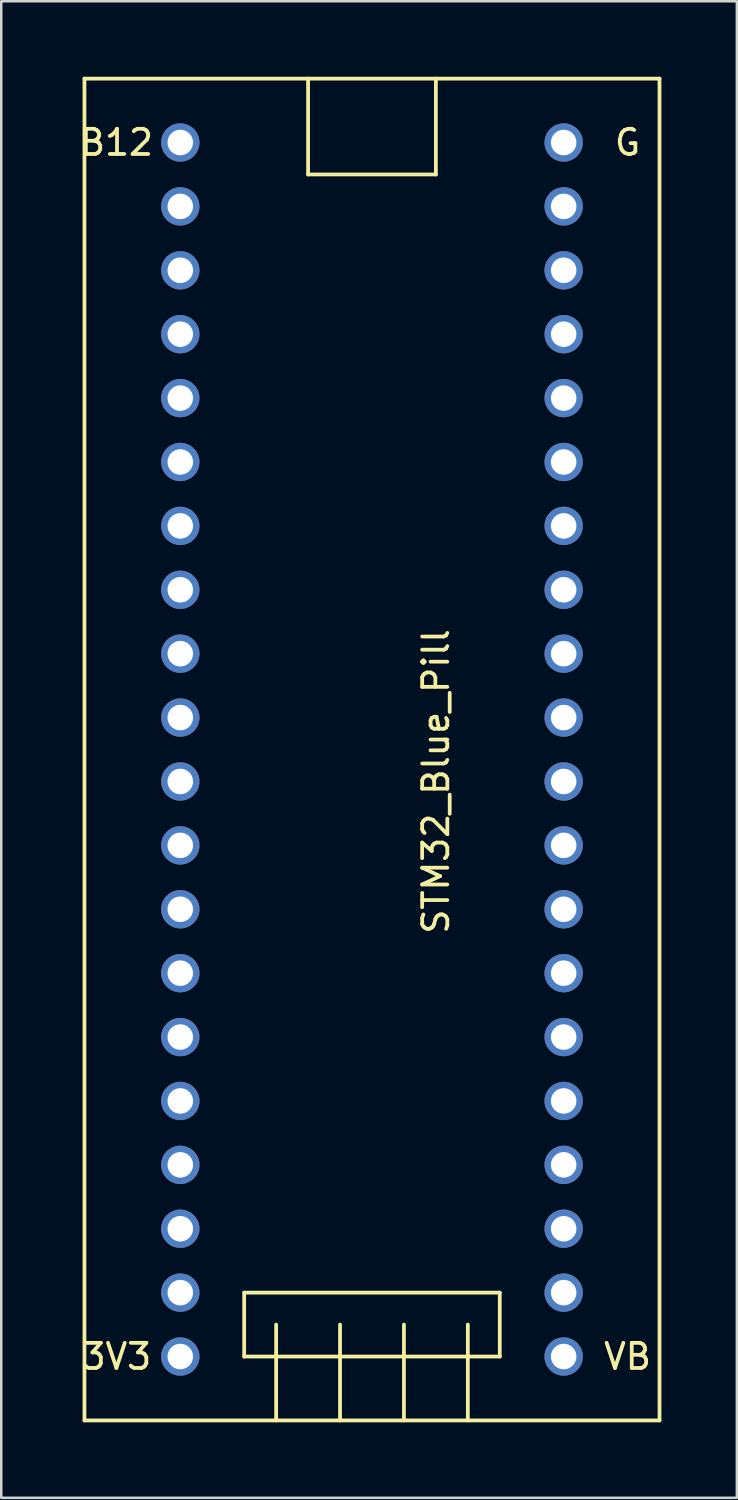
<source format=kicad_pcb>
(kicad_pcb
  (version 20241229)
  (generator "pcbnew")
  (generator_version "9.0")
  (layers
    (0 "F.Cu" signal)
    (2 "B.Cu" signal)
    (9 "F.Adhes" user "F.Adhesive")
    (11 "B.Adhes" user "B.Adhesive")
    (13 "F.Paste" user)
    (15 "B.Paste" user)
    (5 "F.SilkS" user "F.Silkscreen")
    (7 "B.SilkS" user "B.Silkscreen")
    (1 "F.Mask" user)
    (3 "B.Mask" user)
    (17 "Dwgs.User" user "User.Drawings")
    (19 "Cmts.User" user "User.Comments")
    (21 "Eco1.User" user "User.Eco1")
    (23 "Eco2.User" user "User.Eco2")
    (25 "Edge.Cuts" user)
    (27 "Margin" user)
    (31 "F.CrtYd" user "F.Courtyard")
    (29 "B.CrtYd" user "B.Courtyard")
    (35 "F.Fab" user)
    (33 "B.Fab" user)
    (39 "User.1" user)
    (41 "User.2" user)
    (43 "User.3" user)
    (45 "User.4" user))
  (footprint "STM32_Blue_Pill"
    (layer "F.Cu")
    (at 11.737 25.475)
    (property "Reference" "STM32_Blue_Pill" (at 2.54 2.54 90) (layer "F.SilkS") (effects (font (size 1 1) (thickness 0.15))))
    (attr through_hole)
    (fp_line (start -11.43 -25.4) (end -11.43 27.94) (stroke (width 0.15) (type solid)) (layer "F.SilkS"))
    (fp_line (start -11.43 -25.4) (end 11.43 -25.4) (stroke (width 0.15) (type solid)) (layer "F.SilkS"))
    (fp_line (start -11.43 27.94) (end 11.43 27.94) (stroke (width 0.15) (type solid)) (layer "F.SilkS"))
    (fp_line (start -5.08 22.86) (end 5.08 22.86) (stroke (width 0.15) (type solid)) (layer "F.SilkS"))
    (fp_line (start -5.08 25.4) (end -5.08 22.86) (stroke (width 0.15) (type solid)) (layer "F.SilkS"))
    (fp_line (start -3.81 24.13) (end -3.81 27.94) (stroke (width 0.15) (type solid)) (layer "F.SilkS"))
    (fp_line (start -2.54 -25.4) (end -2.54 -21.59) (stroke (width 0.15) (type solid)) (layer "F.SilkS"))
    (fp_line (start -2.54 -21.59) (end 2.54 -21.59) (stroke (width 0.15) (type solid)) (layer "F.SilkS"))
    (fp_line (start -1.27 24.13) (end -1.27 27.94) (stroke (width 0.15) (type solid)) (layer "F.SilkS"))
    (fp_line (start 1.27 24.13) (end 1.27 27.94) (stroke (width 0.15) (type solid)) (layer "F.SilkS"))
    (fp_line (start 2.54 -21.59) (end 2.54 -25.4) (stroke (width 0.15) (type solid)) (layer "F.SilkS"))
    (fp_line (start 3.81 24.13) (end 3.81 27.94) (stroke (width 0.15) (type solid)) (layer "F.SilkS"))
    (fp_line (start 5.08 22.86) (end 5.08 25.4) (stroke (width 0.15) (type solid)) (layer "F.SilkS"))
    (fp_line (start 5.08 25.4) (end -5.08 25.4) (stroke (width 0.15) (type solid)) (layer "F.SilkS"))
    (fp_line (start 11.43 27.94) (end 11.43 -25.4) (stroke (width 0.15) (type solid)) (layer "F.SilkS"))
    (fp_text user "B12" (at -10.16 -22.86 0) (layer "F.SilkS") (effects (font (size 1 1) (thickness 0.15))))
    (fp_text user "G" (at 10.16 -22.86 0) (layer "F.SilkS") (effects (font (size 1 1) (thickness 0.15))))
    (fp_text user "3V3" (at -10.16 25.4 0) (layer "F.SilkS") (effects (font (size 1 1) (thickness 0.15))))
    (fp_text user "VB" (at 10.16 25.4 0) (layer "F.SilkS") (effects (font (size 1 1) (thickness 0.15))))
    (pad "1" thru_hole circle (at 7.62 25.4) (size 1.524 1.524) (drill 1.016) (layers "*.Cu" "*.Mask"))
    (pad "2" thru_hole circle (at 7.62 22.86) (size 1.524 1.524) (drill 1.016) (layers "*.Cu" "*.Mask"))
    (pad "3" thru_hole circle (at 7.62 20.32) (size 1.524 1.524) (drill 1.016) (layers "*.Cu" "*.Mask"))
    (pad "3V3" thru_hole circle (at -7.62 25.4) (size 1.524 1.524) (drill 1.016) (layers "*.Cu" "*.Mask"))
    (pad "3V3" thru_hole circle (at 7.62 -17.78) (size 1.524 1.524) (drill 1.016) (layers "*.Cu" "*.Mask"))
    (pad "4" thru_hole circle (at 7.62 17.78) (size 1.524 1.524) (drill 1.016) (layers "*.Cu" "*.Mask"))
    (pad "5V" thru_hole circle (at -7.62 20.32) (size 1.524 1.524) (drill 1.016) (layers "*.Cu" "*.Mask"))
    (pad "7" thru_hole circle (at 7.62 -15.24) (size 1.524 1.524) (drill 1.016) (layers "*.Cu" "*.Mask"))
    (pad "10" thru_hole circle (at 7.62 15.24) (size 1.524 1.524) (drill 1.016) (layers "*.Cu" "*.Mask"))
    (pad "11" thru_hole circle (at 7.62 12.7) (size 1.524 1.524) (drill 1.016) (layers "*.Cu" "*.Mask"))
    (pad "12" thru_hole circle (at 7.62 10.16) (size 1.524 1.524) (drill 1.016) (layers "*.Cu" "*.Mask"))
    (pad "13" thru_hole circle (at 7.62 7.62) (size 1.524 1.524) (drill 1.016) (layers "*.Cu" "*.Mask"))
    (pad "14" thru_hole circle (at 7.62 5.08) (size 1.524 1.524) (drill 1.016) (layers "*.Cu" "*.Mask"))
    (pad "15" thru_hole circle (at 7.62 2.54) (size 1.524 1.524) (drill 1.016) (layers "*.Cu" "*.Mask"))
    (pad "16" thru_hole circle (at 7.62 0) (size 1.524 1.524) (drill 1.016) (layers "*.Cu" "*.Mask"))
    (pad "17" thru_hole circle (at 7.62 -2.54) (size 1.524 1.524) (drill 1.016) (layers "*.Cu" "*.Mask"))
    (pad "18" thru_hole circle (at 7.62 -5.08) (size 1.524 1.524) (drill 1.016) (layers "*.Cu" "*.Mask"))
    (pad "19" thru_hole circle (at 7.62 -7.62) (size 1.524 1.524) (drill 1.016) (layers "*.Cu" "*.Mask"))
    (pad "21" thru_hole circle (at 7.62 -10.16) (size 1.524 1.524) (drill 1.016) (layers "*.Cu" "*.Mask"))
    (pad "22" thru_hole circle (at 7.62 -12.7) (size 1.524 1.524) (drill 1.016) (layers "*.Cu" "*.Mask"))
    (pad "25" thru_hole circle (at -7.62 -22.86) (size 1.524 1.524) (drill 1.016) (layers "*.Cu" "*.Mask"))
    (pad "26" thru_hole circle (at -7.62 -20.32) (size 1.524 1.524) (drill 1.016) (layers "*.Cu" "*.Mask"))
    (pad "27" thru_hole circle (at -7.62 -17.78) (size 1.524 1.524) (drill 1.016) (layers "*.Cu" "*.Mask"))
    (pad "28" thru_hole circle (at -7.62 -15.24) (size 1.524 1.524) (drill 1.016) (layers "*.Cu" "*.Mask"))
    (pad "29" thru_hole circle (at -7.62 -12.7) (size 1.524 1.524) (drill 1.016) (layers "*.Cu" "*.Mask"))
    (pad "30" thru_hole circle (at -7.62 -10.16) (size 1.524 1.524) (drill 1.016) (layers "*.Cu" "*.Mask"))
    (pad "31" thru_hole circle (at -7.62 -7.62) (size 1.524 1.524) (drill 1.016) (layers "*.Cu" "*.Mask"))
    (pad "32" thru_hole circle (at -7.62 -5.08) (size 1.524 1.524) (drill 1.016) (layers "*.Cu" "*.Mask"))
    (pad "33" thru_hole circle (at -7.62 -2.54) (size 1.524 1.524) (drill 1.016) (layers "*.Cu" "*.Mask"))
    (pad "38" thru_hole circle (at -7.62 0) (size 1.524 1.524) (drill 1.016) (layers "*.Cu" "*.Mask"))
    (pad "39" thru_hole circle (at -7.62 2.54) (size 1.524 1.524) (drill 1.016) (layers "*.Cu" "*.Mask"))
    (pad "40" thru_hole circle (at -7.62 5.08) (size 1.524 1.524) (drill 1.016) (layers "*.Cu" "*.Mask"))
    (pad "41" thru_hole circle (at -7.62 7.62) (size 1.524 1.524) (drill 1.016) (layers "*.Cu" "*.Mask"))
    (pad "42" thru_hole circle (at -7.62 10.16) (size 1.524 1.524) (drill 1.016) (layers "*.Cu" "*.Mask"))
    (pad "43" thru_hole circle (at -7.62 12.7) (size 1.524 1.524) (drill 1.016) (layers "*.Cu" "*.Mask"))
    (pad "45" thru_hole circle (at -7.62 15.24) (size 1.524 1.524) (drill 1.016) (layers "*.Cu" "*.Mask"))
    (pad "46" thru_hole circle (at -7.62 17.78) (size 1.524 1.524) (drill 1.016) (layers "*.Cu" "*.Mask"))
    (pad "GND" thru_hole circle (at -7.62 22.86) (size 1.524 1.524) (drill 1.016) (layers "*.Cu" "*.Mask"))
    (pad "GND" thru_hole circle (at 7.62 -22.86) (size 1.524 1.524) (drill 1.016) (layers "*.Cu" "*.Mask"))
    (pad "GND" thru_hole circle (at 7.62 -20.32) (size 1.524 1.524) (drill 1.016) (layers "*.Cu" "*.Mask")))
  (gr_rect
    (start -3 -3)
    (end 26.242 56.49)
    (stroke (width 0.1) (type default))
    (fill no)
    (layer "Edge.Cuts")))
</source>
